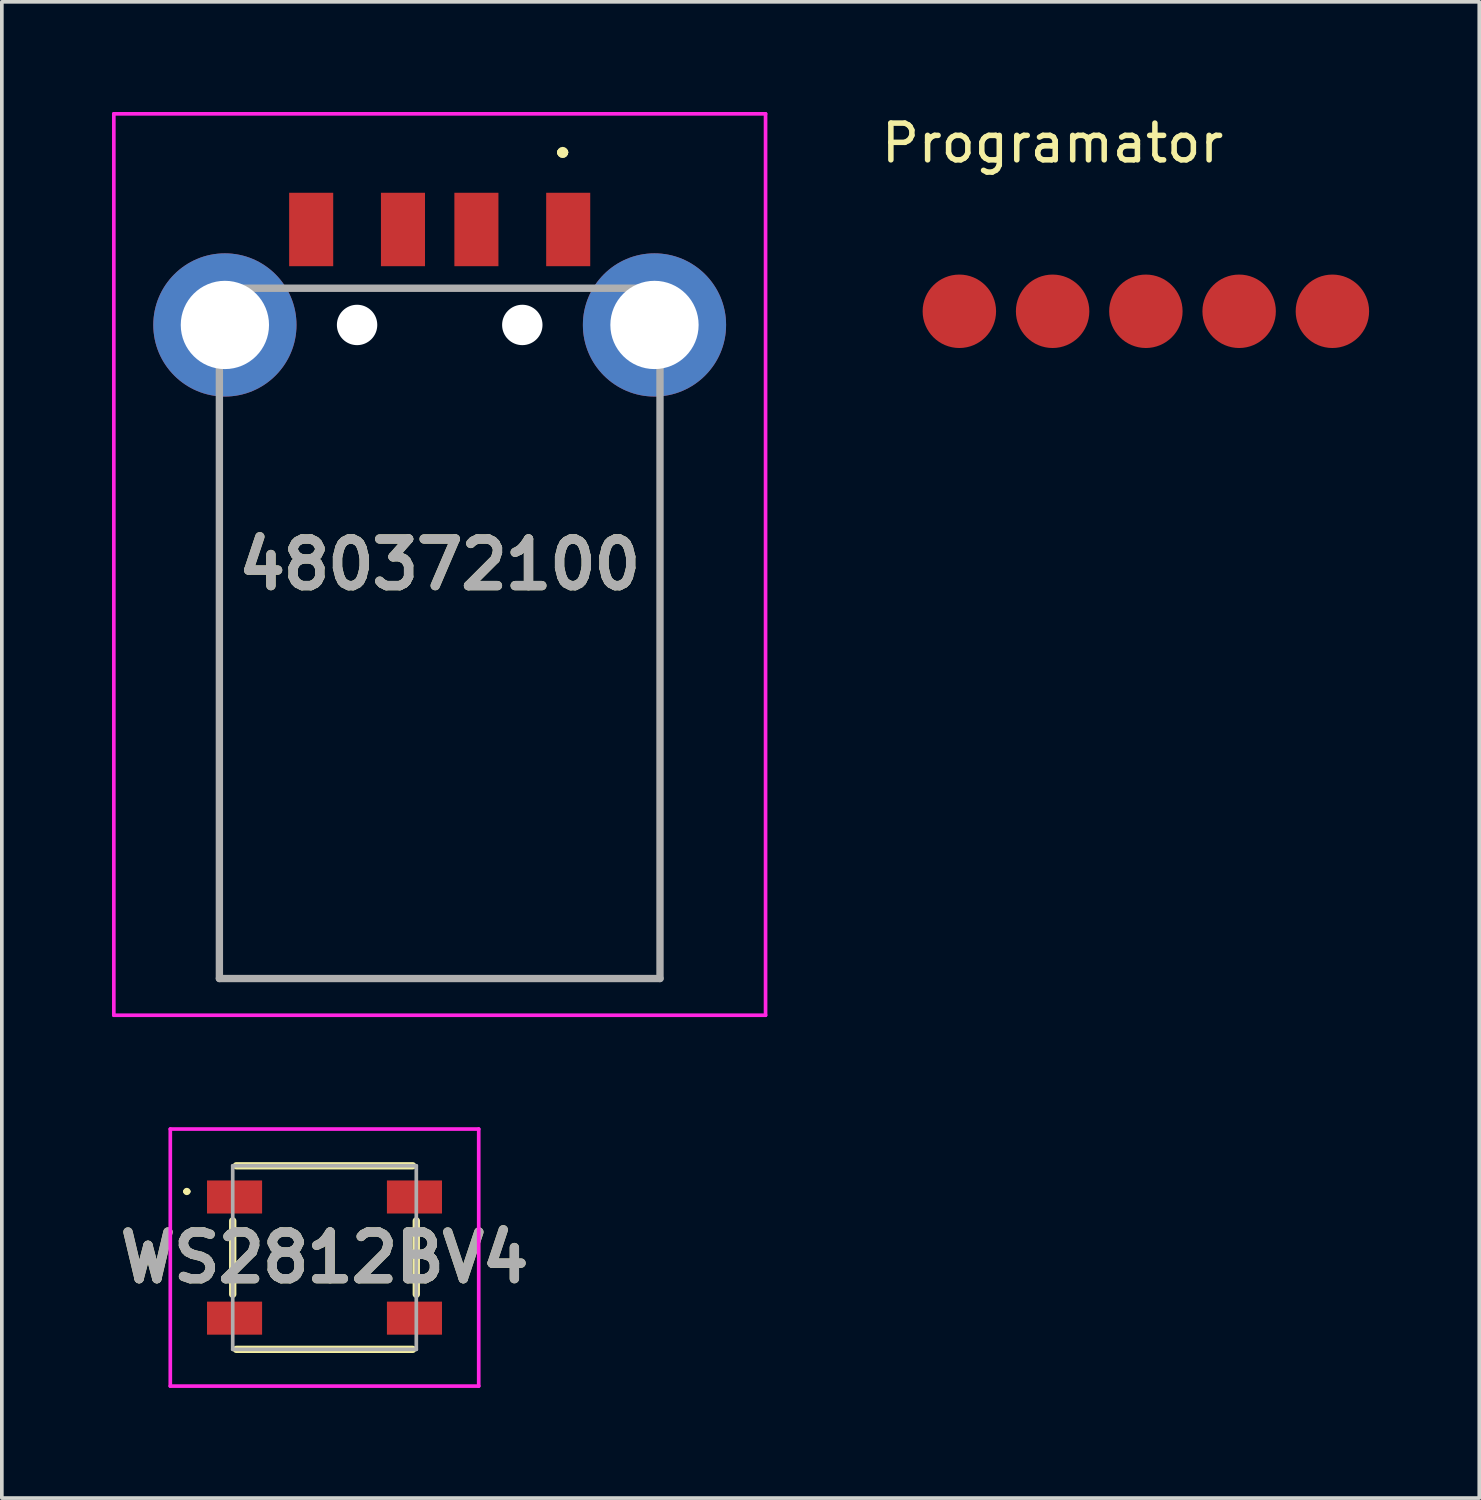
<source format=kicad_pcb>
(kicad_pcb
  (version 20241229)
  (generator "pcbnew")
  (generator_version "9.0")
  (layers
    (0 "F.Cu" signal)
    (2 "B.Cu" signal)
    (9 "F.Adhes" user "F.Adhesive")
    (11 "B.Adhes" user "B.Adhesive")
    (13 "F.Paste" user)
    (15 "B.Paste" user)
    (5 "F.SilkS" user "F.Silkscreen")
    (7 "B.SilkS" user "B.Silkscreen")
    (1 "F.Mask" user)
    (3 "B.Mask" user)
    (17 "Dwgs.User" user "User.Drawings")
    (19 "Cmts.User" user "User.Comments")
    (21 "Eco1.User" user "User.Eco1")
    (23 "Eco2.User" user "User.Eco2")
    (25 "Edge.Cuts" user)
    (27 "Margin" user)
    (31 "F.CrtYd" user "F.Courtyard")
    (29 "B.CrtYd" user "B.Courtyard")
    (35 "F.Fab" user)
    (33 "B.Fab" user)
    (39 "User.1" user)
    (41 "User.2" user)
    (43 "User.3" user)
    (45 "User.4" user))
  (footprint "480372100"
    (layer "F.Cu")
    (at 8.925 14.2)
    (property "Reference" "480372100" (at 0 -1.875 0) (layer "F.SilkS") (effects (font (size 1.27 1.27) (thickness 0.254))))
    (attr through_hole)
    (fp_line (start -6 -5.4) (end -6 -5.4) (stroke (width 0.1) (type solid)) (layer "F.SilkS"))
    (fp_line (start -6 -5.4) (end -6 9.4) (stroke (width 0.1) (type solid)) (layer "F.SilkS"))
    (fp_line (start -6 9.4) (end -6 -5.4) (stroke (width 0.1) (type solid)) (layer "F.SilkS"))
    (fp_line (start -6 9.4) (end -6 9.4) (stroke (width 0.1) (type solid)) (layer "F.SilkS"))
    (fp_line (start -6 9.4) (end -6 9.4) (stroke (width 0.1) (type solid)) (layer "F.SilkS"))
    (fp_line (start -6 9.4) (end 6 9.4) (stroke (width 0.1) (type solid)) (layer "F.SilkS"))
    (fp_line (start -3.25 -9.4) (end -3.25 -9.4) (stroke (width 0.1) (type solid)) (layer "F.SilkS"))
    (fp_line (start -3.25 -9.4) (end 3 -9.4) (stroke (width 0.1) (type solid)) (layer "F.SilkS"))
    (fp_line (start 3 -9.4) (end -3.25 -9.4) (stroke (width 0.1) (type solid)) (layer "F.SilkS"))
    (fp_line (start 3 -9.4) (end 3 -9.4) (stroke (width 0.1) (type solid)) (layer "F.SilkS"))
    (fp_line (start 3.3 -13.1) (end 3.3 -13.1) (stroke (width 0.2) (type solid)) (layer "F.SilkS"))
    (fp_line (start 3.3 -13.1) (end 3.3 -13.1) (stroke (width 0.2) (type solid)) (layer "F.SilkS"))
    (fp_line (start 3.4 -13.1) (end 3.4 -13.1) (stroke (width 0.2) (type solid)) (layer "F.SilkS"))
    (fp_line (start 6 -5.15) (end 6 -5.15) (stroke (width 0.1) (type solid)) (layer "F.SilkS"))
    (fp_line (start 6 -5.15) (end 6 9.4) (stroke (width 0.1) (type solid)) (layer "F.SilkS"))
    (fp_line (start 6 9.4) (end -6 9.4) (stroke (width 0.1) (type solid)) (layer "F.SilkS"))
    (fp_line (start 6 9.4) (end 6 -5.15) (stroke (width 0.1) (type solid)) (layer "F.SilkS"))
    (fp_line (start 6 9.4) (end 6 9.4) (stroke (width 0.1) (type solid)) (layer "F.SilkS"))
    (fp_line (start 6 9.4) (end 6 9.4) (stroke (width 0.1) (type solid)) (layer "F.SilkS"))
    (fp_arc (start 3.3 -13.1) (mid 3.35 -13.15) (end 3.4 -13.1) (stroke (width 0.2) (type solid)) (layer "F.SilkS"))
    (fp_arc (start 3.4 -13.1) (mid 3.35 -13.05) (end 3.3 -13.1) (stroke (width 0.2) (type solid)) (layer "F.SilkS"))
    (fp_arc (start 3.4 -13.1) (mid 3.35 -13.05) (end 3.3 -13.1) (stroke (width 0.2) (type solid)) (layer "F.SilkS"))
    (fp_line (start -8.875 -14.15) (end 8.875 -14.15) (stroke (width 0.1) (type solid)) (layer "F.CrtYd"))
    (fp_line (start -8.875 10.4) (end -8.875 -14.15) (stroke (width 0.1) (type solid)) (layer "F.CrtYd"))
    (fp_line (start 8.875 -14.15) (end 8.875 10.4) (stroke (width 0.1) (type solid)) (layer "F.CrtYd"))
    (fp_line (start 8.875 10.4) (end -8.875 10.4) (stroke (width 0.1) (type solid)) (layer "F.CrtYd"))
    (fp_line (start -6 -9.4) (end -6 9.4) (stroke (width 0.2) (type solid)) (layer "F.Fab"))
    (fp_line (start -6 9.4) (end 6 9.4) (stroke (width 0.2) (type solid)) (layer "F.Fab"))
    (fp_line (start 6 -9.4) (end -6 -9.4) (stroke (width 0.2) (type solid)) (layer "F.Fab"))
    (fp_line (start 6 9.4) (end 6 -9.4) (stroke (width 0.2) (type solid)) (layer "F.Fab"))
    (fp_text user "${REFERENCE}" (at 0 -1.875 0) (layer "F.Fab") (effects (font (size 1.27 1.27) (thickness 0.254))))
    (pad "" np_thru_hole circle (at -2.25 -8.4) (size 1.1 1.1) (drill 1.1) (layers "*.Cu" "*.Mask"))
    (pad "" np_thru_hole circle (at 2.25 -8.4) (size 1.1 1.1) (drill 1.1) (layers "*.Cu" "*.Mask"))
    (pad "1" smd rect (at 3.5 -11) (size 1.2 2) (layers "F.Cu" "F.Mask" "F.Paste"))
    (pad "2" smd rect (at 1 -11) (size 1.2 2) (layers "F.Cu" "F.Mask" "F.Paste"))
    (pad "3" smd rect (at -1 -11) (size 1.2 2) (layers "F.Cu" "F.Mask" "F.Paste"))
    (pad "4" smd rect (at -3.5 -11) (size 1.2 2) (layers "F.Cu" "F.Mask" "F.Paste"))
    (pad "MH1" thru_hole circle (at 5.85 -8.4) (size 3.9 3.9) (drill 2.404) (layers "*.Cu" "*.Mask"))
    (pad "MH2" thru_hole circle (at -5.85 -8.4) (size 3.9 3.9) (drill 2.404) (layers "*.Cu" "*.Mask")))
  (footprint "Programator"
    (layer "F.Cu")
    (at 25.618 0.348)
    (property "Reference" "Programator" (at 0 0.5 0) (layer "F.SilkS") (effects (font (size 1 1) (thickness 0.15))))
    (attr through_hole)
    (pad "1" smd circle (at -2.54 5.08) (size 2 2) (layers "F.Cu" "F.Mask" "F.Paste"))
    (pad "2" smd circle (at 0 5.08) (size 2 2) (layers "F.Cu" "F.Mask" "F.Paste"))
    (pad "3" smd circle (at 2.54 5.08) (size 2 2) (layers "F.Cu" "F.Mask" "F.Paste"))
    (pad "4" smd circle (at 5.08 5.08) (size 2 2) (layers "F.Cu" "F.Mask" "F.Paste"))
    (pad "5" smd circle (at 7.62 5.08) (size 2 2) (layers "F.Cu" "F.Mask" "F.Paste")))
  (footprint "WS2812BV4"
    (layer "F.Cu")
    (at 5.788 31.2)
    (property "Reference" "WS2812BV4" (at 0 0 0) (layer "F.SilkS") (effects (font (size 1.27 1.27) (thickness 0.254))))
    (attr smd)
    (fp_line (start -3.8 -1.8) (end -3.8 -1.8) (stroke (width 0.1) (type solid)) (layer "F.SilkS"))
    (fp_line (start -3.7 -1.8) (end -3.7 -1.8) (stroke (width 0.1) (type solid)) (layer "F.SilkS"))
    (fp_line (start -2.5 -1) (end -2.5 1) (stroke (width 0.2) (type solid)) (layer "F.SilkS"))
    (fp_line (start -2.4 -2.5) (end 2.4 -2.5) (stroke (width 0.2) (type solid)) (layer "F.SilkS"))
    (fp_line (start -2.4 2.5) (end 2.4 2.5) (stroke (width 0.2) (type solid)) (layer "F.SilkS"))
    (fp_line (start 2.5 -1) (end 2.5 1) (stroke (width 0.2) (type solid)) (layer "F.SilkS"))
    (fp_arc (start -3.8 -1.8) (mid -3.75 -1.85) (end -3.7 -1.8) (stroke (width 0.1) (type solid)) (layer "F.SilkS"))
    (fp_arc (start -3.7 -1.8) (mid -3.75 -1.75) (end -3.8 -1.8) (stroke (width 0.1) (type solid)) (layer "F.SilkS"))
    (fp_line (start -4.2 -3.5) (end 4.2 -3.5) (stroke (width 0.1) (type solid)) (layer "F.CrtYd"))
    (fp_line (start -4.2 3.5) (end -4.2 -3.5) (stroke (width 0.1) (type solid)) (layer "F.CrtYd"))
    (fp_line (start 4.2 -3.5) (end 4.2 3.5) (stroke (width 0.1) (type solid)) (layer "F.CrtYd"))
    (fp_line (start 4.2 3.5) (end -4.2 3.5) (stroke (width 0.1) (type solid)) (layer "F.CrtYd"))
    (fp_line (start -2.5 -2.5) (end 2.5 -2.5) (stroke (width 0.1) (type solid)) (layer "F.Fab"))
    (fp_line (start -2.5 2.5) (end -2.5 -2.5) (stroke (width 0.1) (type solid)) (layer "F.Fab"))
    (fp_line (start 2.5 -2.5) (end 2.5 2.5) (stroke (width 0.1) (type solid)) (layer "F.Fab"))
    (fp_line (start 2.5 2.5) (end -2.5 2.5) (stroke (width 0.1) (type solid)) (layer "F.Fab"))
    (fp_text user "${REFERENCE}" (at 0 0 0) (layer "F.Fab") (effects (font (size 1.27 1.27) (thickness 0.254))))
    (pad "1" smd rect (at -2.45 -1.65 90) (size 0.9 1.5) (layers "F.Cu" "F.Mask" "F.Paste"))
    (pad "2" smd rect (at -2.45 1.65 90) (size 0.9 1.5) (layers "F.Cu" "F.Mask" "F.Paste"))
    (pad "3" smd rect (at 2.45 1.65 90) (size 0.9 1.5) (layers "F.Cu" "F.Mask" "F.Paste"))
    (pad "4" smd rect (at 2.45 -1.65 90) (size 0.9 1.5) (layers "F.Cu" "F.Mask" "F.Paste")))
  (gr_rect
    (start -3 -3)
    (end 37.238 37.75)
    (stroke (width 0.1) (type default))
    (fill no)
    (layer "Edge.Cuts")))
</source>
